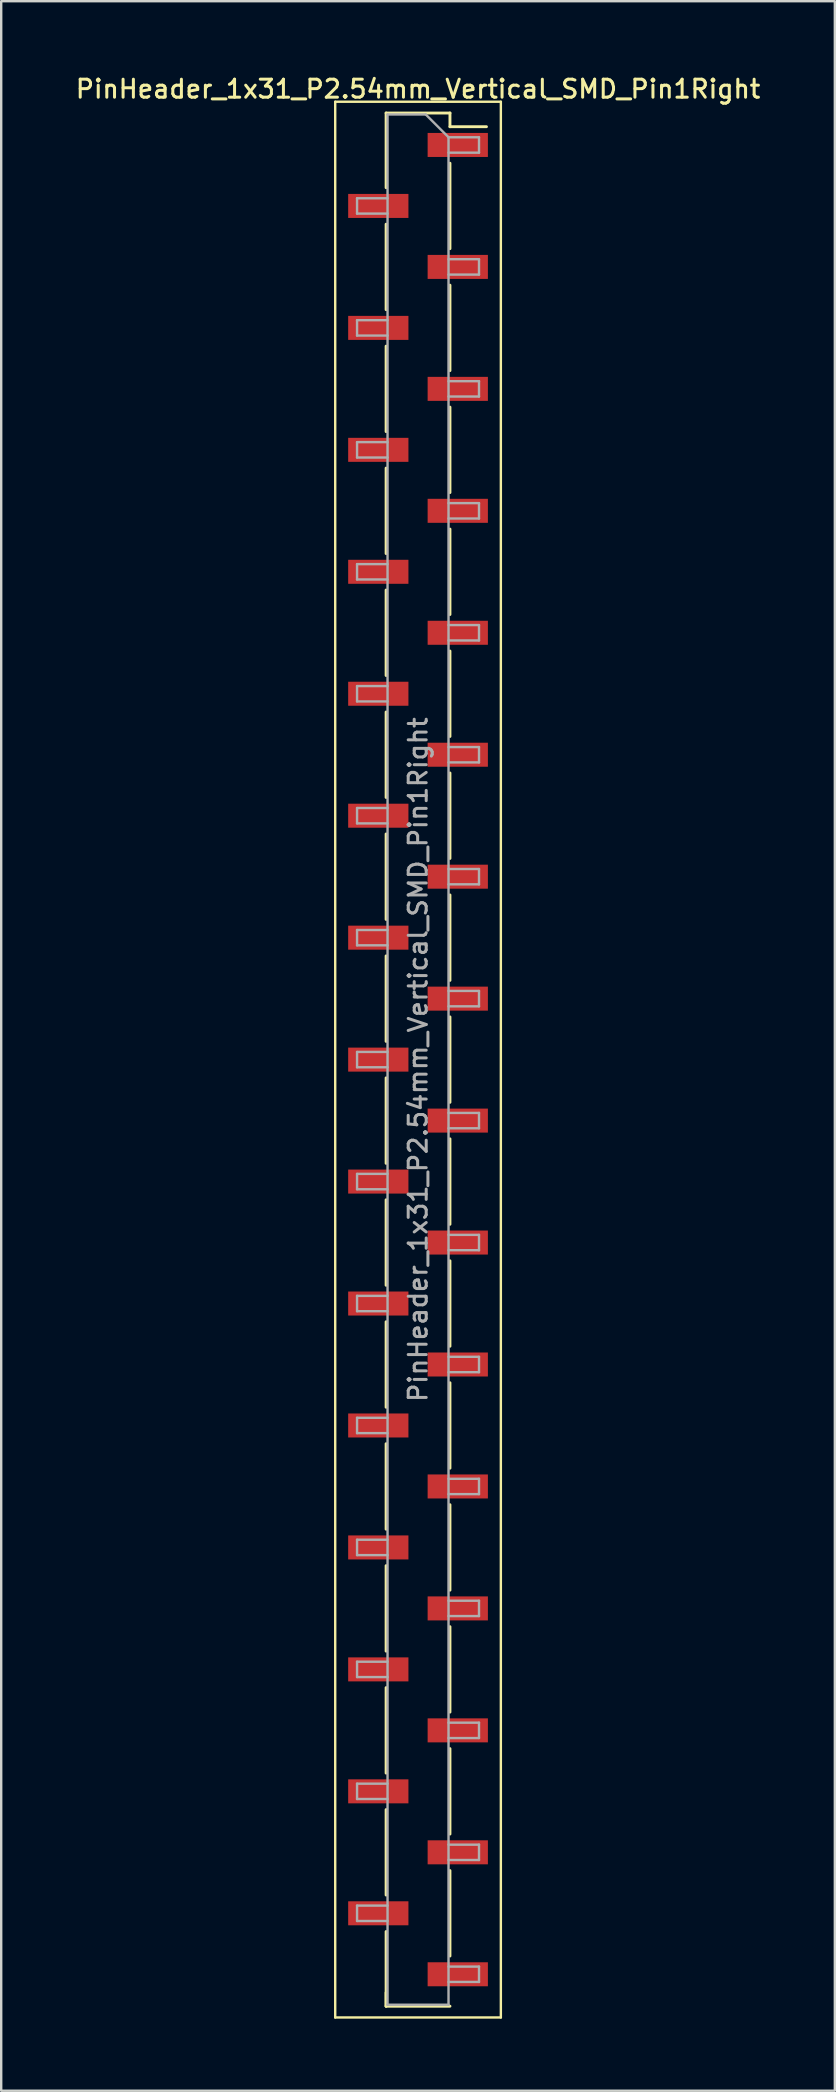
<source format=kicad_pcb>
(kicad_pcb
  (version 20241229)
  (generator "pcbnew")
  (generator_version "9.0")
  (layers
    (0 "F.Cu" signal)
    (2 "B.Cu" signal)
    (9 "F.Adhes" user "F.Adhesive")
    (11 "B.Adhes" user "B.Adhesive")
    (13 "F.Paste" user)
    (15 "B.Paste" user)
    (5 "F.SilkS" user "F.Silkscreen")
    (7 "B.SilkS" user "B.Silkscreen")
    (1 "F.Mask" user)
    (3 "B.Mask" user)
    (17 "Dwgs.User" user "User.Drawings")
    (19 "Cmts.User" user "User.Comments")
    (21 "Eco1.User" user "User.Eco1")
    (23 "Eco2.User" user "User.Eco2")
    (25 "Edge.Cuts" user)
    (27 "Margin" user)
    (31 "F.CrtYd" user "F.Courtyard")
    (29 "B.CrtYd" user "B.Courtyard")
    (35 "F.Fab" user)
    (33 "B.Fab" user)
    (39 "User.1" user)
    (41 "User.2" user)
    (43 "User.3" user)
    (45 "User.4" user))
  (footprint "PinHeader_1x31_P2.54mm_Vertical_SMD_Pin1Right"
    (layer "F.Cu")
    (at 14.363 41.088)
    (property "Reference" "PinHeader_1x31_P2.54mm_Vertical_SMD_Pin1Right" (at 0 -40.43 0) (layer "F.SilkS") (effects (font (size 0.75 0.75) (thickness 0.125))))
    (attr smd)
    (fp_line (start -3.45 -39.9) (end -3.45 39.9) (stroke (width 0.1) (type solid)) (layer "F.SilkS"))
    (fp_line (start -3.45 39.9) (end 3.45 39.9) (stroke (width 0.1) (type solid)) (layer "F.SilkS"))
    (fp_line (start -1.33 -39.43) (end -1.33 -36.32) (stroke (width 0.12) (type solid)) (layer "F.SilkS"))
    (fp_line (start -1.33 -39.43) (end 1.33 -39.43) (stroke (width 0.12) (type solid)) (layer "F.SilkS"))
    (fp_line (start -1.33 -34.8) (end -1.33 -31.24) (stroke (width 0.12) (type solid)) (layer "F.SilkS"))
    (fp_line (start -1.33 -29.72) (end -1.33 -26.16) (stroke (width 0.12) (type solid)) (layer "F.SilkS"))
    (fp_line (start -1.33 -24.64) (end -1.33 -21.08) (stroke (width 0.12) (type solid)) (layer "F.SilkS"))
    (fp_line (start -1.33 -19.56) (end -1.33 -16) (stroke (width 0.12) (type solid)) (layer "F.SilkS"))
    (fp_line (start -1.33 -14.48) (end -1.33 -10.92) (stroke (width 0.12) (type solid)) (layer "F.SilkS"))
    (fp_line (start -1.33 -9.4) (end -1.33 -5.84) (stroke (width 0.12) (type solid)) (layer "F.SilkS"))
    (fp_line (start -1.33 -4.32) (end -1.33 -0.76) (stroke (width 0.12) (type solid)) (layer "F.SilkS"))
    (fp_line (start -1.33 0.76) (end -1.33 4.32) (stroke (width 0.12) (type solid)) (layer "F.SilkS"))
    (fp_line (start -1.33 5.84) (end -1.33 9.4) (stroke (width 0.12) (type solid)) (layer "F.SilkS"))
    (fp_line (start -1.33 10.92) (end -1.33 14.48) (stroke (width 0.12) (type solid)) (layer "F.SilkS"))
    (fp_line (start -1.33 16) (end -1.33 19.56) (stroke (width 0.12) (type solid)) (layer "F.SilkS"))
    (fp_line (start -1.33 21.08) (end -1.33 24.64) (stroke (width 0.12) (type solid)) (layer "F.SilkS"))
    (fp_line (start -1.33 26.16) (end -1.33 29.72) (stroke (width 0.12) (type solid)) (layer "F.SilkS"))
    (fp_line (start -1.33 31.24) (end -1.33 34.8) (stroke (width 0.12) (type solid)) (layer "F.SilkS"))
    (fp_line (start -1.33 36.32) (end -1.33 39.43) (stroke (width 0.12) (type solid)) (layer "F.SilkS"))
    (fp_line (start -1.33 38.86) (end -1.33 39.43) (stroke (width 0.12) (type solid)) (layer "F.SilkS"))
    (fp_line (start -1.33 39.43) (end 1.33 39.43) (stroke (width 0.12) (type solid)) (layer "F.SilkS"))
    (fp_line (start 1.33 -39.43) (end 1.33 -38.86) (stroke (width 0.12) (type solid)) (layer "F.SilkS"))
    (fp_line (start 1.33 -38.86) (end 2.85 -38.86) (stroke (width 0.12) (type solid)) (layer "F.SilkS"))
    (fp_line (start 1.33 -37.34) (end 1.33 -33.78) (stroke (width 0.12) (type solid)) (layer "F.SilkS"))
    (fp_line (start 1.33 -32.26) (end 1.33 -28.7) (stroke (width 0.12) (type solid)) (layer "F.SilkS"))
    (fp_line (start 1.33 -27.18) (end 1.33 -23.62) (stroke (width 0.12) (type solid)) (layer "F.SilkS"))
    (fp_line (start 1.33 -22.1) (end 1.33 -18.54) (stroke (width 0.12) (type solid)) (layer "F.SilkS"))
    (fp_line (start 1.33 -17.02) (end 1.33 -13.46) (stroke (width 0.12) (type solid)) (layer "F.SilkS"))
    (fp_line (start 1.33 -11.94) (end 1.33 -8.38) (stroke (width 0.12) (type solid)) (layer "F.SilkS"))
    (fp_line (start 1.33 -6.86) (end 1.33 -3.3) (stroke (width 0.12) (type solid)) (layer "F.SilkS"))
    (fp_line (start 1.33 -1.78) (end 1.33 1.78) (stroke (width 0.12) (type solid)) (layer "F.SilkS"))
    (fp_line (start 1.33 3.3) (end 1.33 6.86) (stroke (width 0.12) (type solid)) (layer "F.SilkS"))
    (fp_line (start 1.33 8.38) (end 1.33 11.94) (stroke (width 0.12) (type solid)) (layer "F.SilkS"))
    (fp_line (start 1.33 13.46) (end 1.33 17.02) (stroke (width 0.12) (type solid)) (layer "F.SilkS"))
    (fp_line (start 1.33 18.54) (end 1.33 22.1) (stroke (width 0.12) (type solid)) (layer "F.SilkS"))
    (fp_line (start 1.33 23.62) (end 1.33 27.18) (stroke (width 0.12) (type solid)) (layer "F.SilkS"))
    (fp_line (start 1.33 28.7) (end 1.33 32.26) (stroke (width 0.12) (type solid)) (layer "F.SilkS"))
    (fp_line (start 1.33 33.78) (end 1.33 37.34) (stroke (width 0.12) (type solid)) (layer "F.SilkS"))
    (fp_line (start 3.45 -39.9) (end -3.45 -39.9) (stroke (width 0.1) (type solid)) (layer "F.SilkS"))
    (fp_line (start 3.45 39.9) (end 3.45 -39.9) (stroke (width 0.1) (type solid)) (layer "F.SilkS"))
    (fp_line (start -2.54 -35.88) (end -2.54 -35.24) (stroke (width 0.1) (type solid)) (layer "F.Fab"))
    (fp_line (start -2.54 -35.24) (end -1.27 -35.24) (stroke (width 0.1) (type solid)) (layer "F.Fab"))
    (fp_line (start -2.54 -30.8) (end -2.54 -30.16) (stroke (width 0.1) (type solid)) (layer "F.Fab"))
    (fp_line (start -2.54 -30.16) (end -1.27 -30.16) (stroke (width 0.1) (type solid)) (layer "F.Fab"))
    (fp_line (start -2.54 -25.72) (end -2.54 -25.08) (stroke (width 0.1) (type solid)) (layer "F.Fab"))
    (fp_line (start -2.54 -25.08) (end -1.27 -25.08) (stroke (width 0.1) (type solid)) (layer "F.Fab"))
    (fp_line (start -2.54 -20.64) (end -2.54 -20) (stroke (width 0.1) (type solid)) (layer "F.Fab"))
    (fp_line (start -2.54 -20) (end -1.27 -20) (stroke (width 0.1) (type solid)) (layer "F.Fab"))
    (fp_line (start -2.54 -15.56) (end -2.54 -14.92) (stroke (width 0.1) (type solid)) (layer "F.Fab"))
    (fp_line (start -2.54 -14.92) (end -1.27 -14.92) (stroke (width 0.1) (type solid)) (layer "F.Fab"))
    (fp_line (start -2.54 -10.48) (end -2.54 -9.84) (stroke (width 0.1) (type solid)) (layer "F.Fab"))
    (fp_line (start -2.54 -9.84) (end -1.27 -9.84) (stroke (width 0.1) (type solid)) (layer "F.Fab"))
    (fp_line (start -2.54 -5.4) (end -2.54 -4.76) (stroke (width 0.1) (type solid)) (layer "F.Fab"))
    (fp_line (start -2.54 -4.76) (end -1.27 -4.76) (stroke (width 0.1) (type solid)) (layer "F.Fab"))
    (fp_line (start -2.54 -0.32) (end -2.54 0.32) (stroke (width 0.1) (type solid)) (layer "F.Fab"))
    (fp_line (start -2.54 0.32) (end -1.27 0.32) (stroke (width 0.1) (type solid)) (layer "F.Fab"))
    (fp_line (start -2.54 4.76) (end -2.54 5.4) (stroke (width 0.1) (type solid)) (layer "F.Fab"))
    (fp_line (start -2.54 5.4) (end -1.27 5.4) (stroke (width 0.1) (type solid)) (layer "F.Fab"))
    (fp_line (start -2.54 9.84) (end -2.54 10.48) (stroke (width 0.1) (type solid)) (layer "F.Fab"))
    (fp_line (start -2.54 10.48) (end -1.27 10.48) (stroke (width 0.1) (type solid)) (layer "F.Fab"))
    (fp_line (start -2.54 14.92) (end -2.54 15.56) (stroke (width 0.1) (type solid)) (layer "F.Fab"))
    (fp_line (start -2.54 15.56) (end -1.27 15.56) (stroke (width 0.1) (type solid)) (layer "F.Fab"))
    (fp_line (start -2.54 20) (end -2.54 20.64) (stroke (width 0.1) (type solid)) (layer "F.Fab"))
    (fp_line (start -2.54 20.64) (end -1.27 20.64) (stroke (width 0.1) (type solid)) (layer "F.Fab"))
    (fp_line (start -2.54 25.08) (end -2.54 25.72) (stroke (width 0.1) (type solid)) (layer "F.Fab"))
    (fp_line (start -2.54 25.72) (end -1.27 25.72) (stroke (width 0.1) (type solid)) (layer "F.Fab"))
    (fp_line (start -2.54 30.16) (end -2.54 30.8) (stroke (width 0.1) (type solid)) (layer "F.Fab"))
    (fp_line (start -2.54 30.8) (end -1.27 30.8) (stroke (width 0.1) (type solid)) (layer "F.Fab"))
    (fp_line (start -2.54 35.24) (end -2.54 35.88) (stroke (width 0.1) (type solid)) (layer "F.Fab"))
    (fp_line (start -2.54 35.88) (end -1.27 35.88) (stroke (width 0.1) (type solid)) (layer "F.Fab"))
    (fp_line (start -1.27 -39.37) (end -1.27 39.37) (stroke (width 0.1) (type solid)) (layer "F.Fab"))
    (fp_line (start -1.27 -39.37) (end 0.32 -39.37) (stroke (width 0.1) (type solid)) (layer "F.Fab"))
    (fp_line (start -1.27 -35.88) (end -2.54 -35.88) (stroke (width 0.1) (type solid)) (layer "F.Fab"))
    (fp_line (start -1.27 -30.8) (end -2.54 -30.8) (stroke (width 0.1) (type solid)) (layer "F.Fab"))
    (fp_line (start -1.27 -25.72) (end -2.54 -25.72) (stroke (width 0.1) (type solid)) (layer "F.Fab"))
    (fp_line (start -1.27 -20.64) (end -2.54 -20.64) (stroke (width 0.1) (type solid)) (layer "F.Fab"))
    (fp_line (start -1.27 -15.56) (end -2.54 -15.56) (stroke (width 0.1) (type solid)) (layer "F.Fab"))
    (fp_line (start -1.27 -10.48) (end -2.54 -10.48) (stroke (width 0.1) (type solid)) (layer "F.Fab"))
    (fp_line (start -1.27 -5.4) (end -2.54 -5.4) (stroke (width 0.1) (type solid)) (layer "F.Fab"))
    (fp_line (start -1.27 -0.32) (end -2.54 -0.32) (stroke (width 0.1) (type solid)) (layer "F.Fab"))
    (fp_line (start -1.27 4.76) (end -2.54 4.76) (stroke (width 0.1) (type solid)) (layer "F.Fab"))
    (fp_line (start -1.27 9.84) (end -2.54 9.84) (stroke (width 0.1) (type solid)) (layer "F.Fab"))
    (fp_line (start -1.27 14.92) (end -2.54 14.92) (stroke (width 0.1) (type solid)) (layer "F.Fab"))
    (fp_line (start -1.27 20) (end -2.54 20) (stroke (width 0.1) (type solid)) (layer "F.Fab"))
    (fp_line (start -1.27 25.08) (end -2.54 25.08) (stroke (width 0.1) (type solid)) (layer "F.Fab"))
    (fp_line (start -1.27 30.16) (end -2.54 30.16) (stroke (width 0.1) (type solid)) (layer "F.Fab"))
    (fp_line (start -1.27 35.24) (end -2.54 35.24) (stroke (width 0.1) (type solid)) (layer "F.Fab"))
    (fp_line (start 1.27 -38.42) (end 0.32 -39.37) (stroke (width 0.1) (type solid)) (layer "F.Fab"))
    (fp_line (start 1.27 -38.42) (end 2.54 -38.42) (stroke (width 0.1) (type solid)) (layer "F.Fab"))
    (fp_line (start 1.27 -33.34) (end 2.54 -33.34) (stroke (width 0.1) (type solid)) (layer "F.Fab"))
    (fp_line (start 1.27 -28.26) (end 2.54 -28.26) (stroke (width 0.1) (type solid)) (layer "F.Fab"))
    (fp_line (start 1.27 -23.18) (end 2.54 -23.18) (stroke (width 0.1) (type solid)) (layer "F.Fab"))
    (fp_line (start 1.27 -18.1) (end 2.54 -18.1) (stroke (width 0.1) (type solid)) (layer "F.Fab"))
    (fp_line (start 1.27 -13.02) (end 2.54 -13.02) (stroke (width 0.1) (type solid)) (layer "F.Fab"))
    (fp_line (start 1.27 -7.94) (end 2.54 -7.94) (stroke (width 0.1) (type solid)) (layer "F.Fab"))
    (fp_line (start 1.27 -2.86) (end 2.54 -2.86) (stroke (width 0.1) (type solid)) (layer "F.Fab"))
    (fp_line (start 1.27 2.22) (end 2.54 2.22) (stroke (width 0.1) (type solid)) (layer "F.Fab"))
    (fp_line (start 1.27 7.3) (end 2.54 7.3) (stroke (width 0.1) (type solid)) (layer "F.Fab"))
    (fp_line (start 1.27 12.38) (end 2.54 12.38) (stroke (width 0.1) (type solid)) (layer "F.Fab"))
    (fp_line (start 1.27 17.46) (end 2.54 17.46) (stroke (width 0.1) (type solid)) (layer "F.Fab"))
    (fp_line (start 1.27 22.54) (end 2.54 22.54) (stroke (width 0.1) (type solid)) (layer "F.Fab"))
    (fp_line (start 1.27 27.62) (end 2.54 27.62) (stroke (width 0.1) (type solid)) (layer "F.Fab"))
    (fp_line (start 1.27 32.7) (end 2.54 32.7) (stroke (width 0.1) (type solid)) (layer "F.Fab"))
    (fp_line (start 1.27 37.78) (end 2.54 37.78) (stroke (width 0.1) (type solid)) (layer "F.Fab"))
    (fp_line (start 1.27 39.37) (end -1.27 39.37) (stroke (width 0.1) (type solid)) (layer "F.Fab"))
    (fp_line (start 1.27 39.37) (end 1.27 -38.42) (stroke (width 0.1) (type solid)) (layer "F.Fab"))
    (fp_line (start 2.54 -38.42) (end 2.54 -37.78) (stroke (width 0.1) (type solid)) (layer "F.Fab"))
    (fp_line (start 2.54 -37.78) (end 1.27 -37.78) (stroke (width 0.1) (type solid)) (layer "F.Fab"))
    (fp_line (start 2.54 -33.34) (end 2.54 -32.7) (stroke (width 0.1) (type solid)) (layer "F.Fab"))
    (fp_line (start 2.54 -32.7) (end 1.27 -32.7) (stroke (width 0.1) (type solid)) (layer "F.Fab"))
    (fp_line (start 2.54 -28.26) (end 2.54 -27.62) (stroke (width 0.1) (type solid)) (layer "F.Fab"))
    (fp_line (start 2.54 -27.62) (end 1.27 -27.62) (stroke (width 0.1) (type solid)) (layer "F.Fab"))
    (fp_line (start 2.54 -23.18) (end 2.54 -22.54) (stroke (width 0.1) (type solid)) (layer "F.Fab"))
    (fp_line (start 2.54 -22.54) (end 1.27 -22.54) (stroke (width 0.1) (type solid)) (layer "F.Fab"))
    (fp_line (start 2.54 -18.1) (end 2.54 -17.46) (stroke (width 0.1) (type solid)) (layer "F.Fab"))
    (fp_line (start 2.54 -17.46) (end 1.27 -17.46) (stroke (width 0.1) (type solid)) (layer "F.Fab"))
    (fp_line (start 2.54 -13.02) (end 2.54 -12.38) (stroke (width 0.1) (type solid)) (layer "F.Fab"))
    (fp_line (start 2.54 -12.38) (end 1.27 -12.38) (stroke (width 0.1) (type solid)) (layer "F.Fab"))
    (fp_line (start 2.54 -7.94) (end 2.54 -7.3) (stroke (width 0.1) (type solid)) (layer "F.Fab"))
    (fp_line (start 2.54 -7.3) (end 1.27 -7.3) (stroke (width 0.1) (type solid)) (layer "F.Fab"))
    (fp_line (start 2.54 -2.86) (end 2.54 -2.22) (stroke (width 0.1) (type solid)) (layer "F.Fab"))
    (fp_line (start 2.54 -2.22) (end 1.27 -2.22) (stroke (width 0.1) (type solid)) (layer "F.Fab"))
    (fp_line (start 2.54 2.22) (end 2.54 2.86) (stroke (width 0.1) (type solid)) (layer "F.Fab"))
    (fp_line (start 2.54 2.86) (end 1.27 2.86) (stroke (width 0.1) (type solid)) (layer "F.Fab"))
    (fp_line (start 2.54 7.3) (end 2.54 7.94) (stroke (width 0.1) (type solid)) (layer "F.Fab"))
    (fp_line (start 2.54 7.94) (end 1.27 7.94) (stroke (width 0.1) (type solid)) (layer "F.Fab"))
    (fp_line (start 2.54 12.38) (end 2.54 13.02) (stroke (width 0.1) (type solid)) (layer "F.Fab"))
    (fp_line (start 2.54 13.02) (end 1.27 13.02) (stroke (width 0.1) (type solid)) (layer "F.Fab"))
    (fp_line (start 2.54 17.46) (end 2.54 18.1) (stroke (width 0.1) (type solid)) (layer "F.Fab"))
    (fp_line (start 2.54 18.1) (end 1.27 18.1) (stroke (width 0.1) (type solid)) (layer "F.Fab"))
    (fp_line (start 2.54 22.54) (end 2.54 23.18) (stroke (width 0.1) (type solid)) (layer "F.Fab"))
    (fp_line (start 2.54 23.18) (end 1.27 23.18) (stroke (width 0.1) (type solid)) (layer "F.Fab"))
    (fp_line (start 2.54 27.62) (end 2.54 28.26) (stroke (width 0.1) (type solid)) (layer "F.Fab"))
    (fp_line (start 2.54 28.26) (end 1.27 28.26) (stroke (width 0.1) (type solid)) (layer "F.Fab"))
    (fp_line (start 2.54 32.7) (end 2.54 33.34) (stroke (width 0.1) (type solid)) (layer "F.Fab"))
    (fp_line (start 2.54 33.34) (end 1.27 33.34) (stroke (width 0.1) (type solid)) (layer "F.Fab"))
    (fp_line (start 2.54 37.78) (end 2.54 38.42) (stroke (width 0.1) (type solid)) (layer "F.Fab"))
    (fp_line (start 2.54 38.42) (end 1.27 38.42) (stroke (width 0.1) (type solid)) (layer "F.Fab"))
    (fp_text user "${REFERENCE}" (at 0 0 90) (layer "F.Fab") (effects (font (size 0.75 0.75) (thickness 0.125))))
    (pad "1" smd rect (at 1.655 -38.1) (size 2.51 1) (layers "F.Cu" "F.Mask" "F.Paste"))
    (pad "2" smd rect (at -1.655 -35.56) (size 2.51 1) (layers "F.Cu" "F.Mask" "F.Paste"))
    (pad "3" smd rect (at 1.655 -33.02) (size 2.51 1) (layers "F.Cu" "F.Mask" "F.Paste"))
    (pad "4" smd rect (at -1.655 -30.48) (size 2.51 1) (layers "F.Cu" "F.Mask" "F.Paste"))
    (pad "5" smd rect (at 1.655 -27.94) (size 2.51 1) (layers "F.Cu" "F.Mask" "F.Paste"))
    (pad "6" smd rect (at -1.655 -25.4) (size 2.51 1) (layers "F.Cu" "F.Mask" "F.Paste"))
    (pad "7" smd rect (at 1.655 -22.86) (size 2.51 1) (layers "F.Cu" "F.Mask" "F.Paste"))
    (pad "8" smd rect (at -1.655 -20.32) (size 2.51 1) (layers "F.Cu" "F.Mask" "F.Paste"))
    (pad "9" smd rect (at 1.655 -17.78) (size 2.51 1) (layers "F.Cu" "F.Mask" "F.Paste"))
    (pad "10" smd rect (at -1.655 -15.24) (size 2.51 1) (layers "F.Cu" "F.Mask" "F.Paste"))
    (pad "11" smd rect (at 1.655 -12.7) (size 2.51 1) (layers "F.Cu" "F.Mask" "F.Paste"))
    (pad "12" smd rect (at -1.655 -10.16) (size 2.51 1) (layers "F.Cu" "F.Mask" "F.Paste"))
    (pad "13" smd rect (at 1.655 -7.62) (size 2.51 1) (layers "F.Cu" "F.Mask" "F.Paste"))
    (pad "14" smd rect (at -1.655 -5.08) (size 2.51 1) (layers "F.Cu" "F.Mask" "F.Paste"))
    (pad "15" smd rect (at 1.655 -2.54) (size 2.51 1) (layers "F.Cu" "F.Mask" "F.Paste"))
    (pad "16" smd rect (at -1.655 0) (size 2.51 1) (layers "F.Cu" "F.Mask" "F.Paste"))
    (pad "17" smd rect (at 1.655 2.54) (size 2.51 1) (layers "F.Cu" "F.Mask" "F.Paste"))
    (pad "18" smd rect (at -1.655 5.08) (size 2.51 1) (layers "F.Cu" "F.Mask" "F.Paste"))
    (pad "19" smd rect (at 1.655 7.62) (size 2.51 1) (layers "F.Cu" "F.Mask" "F.Paste"))
    (pad "20" smd rect (at -1.655 10.16) (size 2.51 1) (layers "F.Cu" "F.Mask" "F.Paste"))
    (pad "21" smd rect (at 1.655 12.7) (size 2.51 1) (layers "F.Cu" "F.Mask" "F.Paste"))
    (pad "22" smd rect (at -1.655 15.24) (size 2.51 1) (layers "F.Cu" "F.Mask" "F.Paste"))
    (pad "23" smd rect (at 1.655 17.78) (size 2.51 1) (layers "F.Cu" "F.Mask" "F.Paste"))
    (pad "24" smd rect (at -1.655 20.32) (size 2.51 1) (layers "F.Cu" "F.Mask" "F.Paste"))
    (pad "25" smd rect (at 1.655 22.86) (size 2.51 1) (layers "F.Cu" "F.Mask" "F.Paste"))
    (pad "26" smd rect (at -1.655 25.4) (size 2.51 1) (layers "F.Cu" "F.Mask" "F.Paste"))
    (pad "27" smd rect (at 1.655 27.94) (size 2.51 1) (layers "F.Cu" "F.Mask" "F.Paste"))
    (pad "28" smd rect (at -1.655 30.48) (size 2.51 1) (layers "F.Cu" "F.Mask" "F.Paste"))
    (pad "29" smd rect (at 1.655 33.02) (size 2.51 1) (layers "F.Cu" "F.Mask" "F.Paste"))
    (pad "30" smd rect (at -1.655 35.56) (size 2.51 1) (layers "F.Cu" "F.Mask" "F.Paste"))
    (pad "31" smd rect (at 1.655 38.1) (size 2.51 1) (layers "F.Cu" "F.Mask" "F.Paste")))
  (gr_rect
    (start -3 -3)
    (end 31.725 84.038)
    (stroke (width 0.1) (type default))
    (fill no)
    (layer "Edge.Cuts")))
</source>
